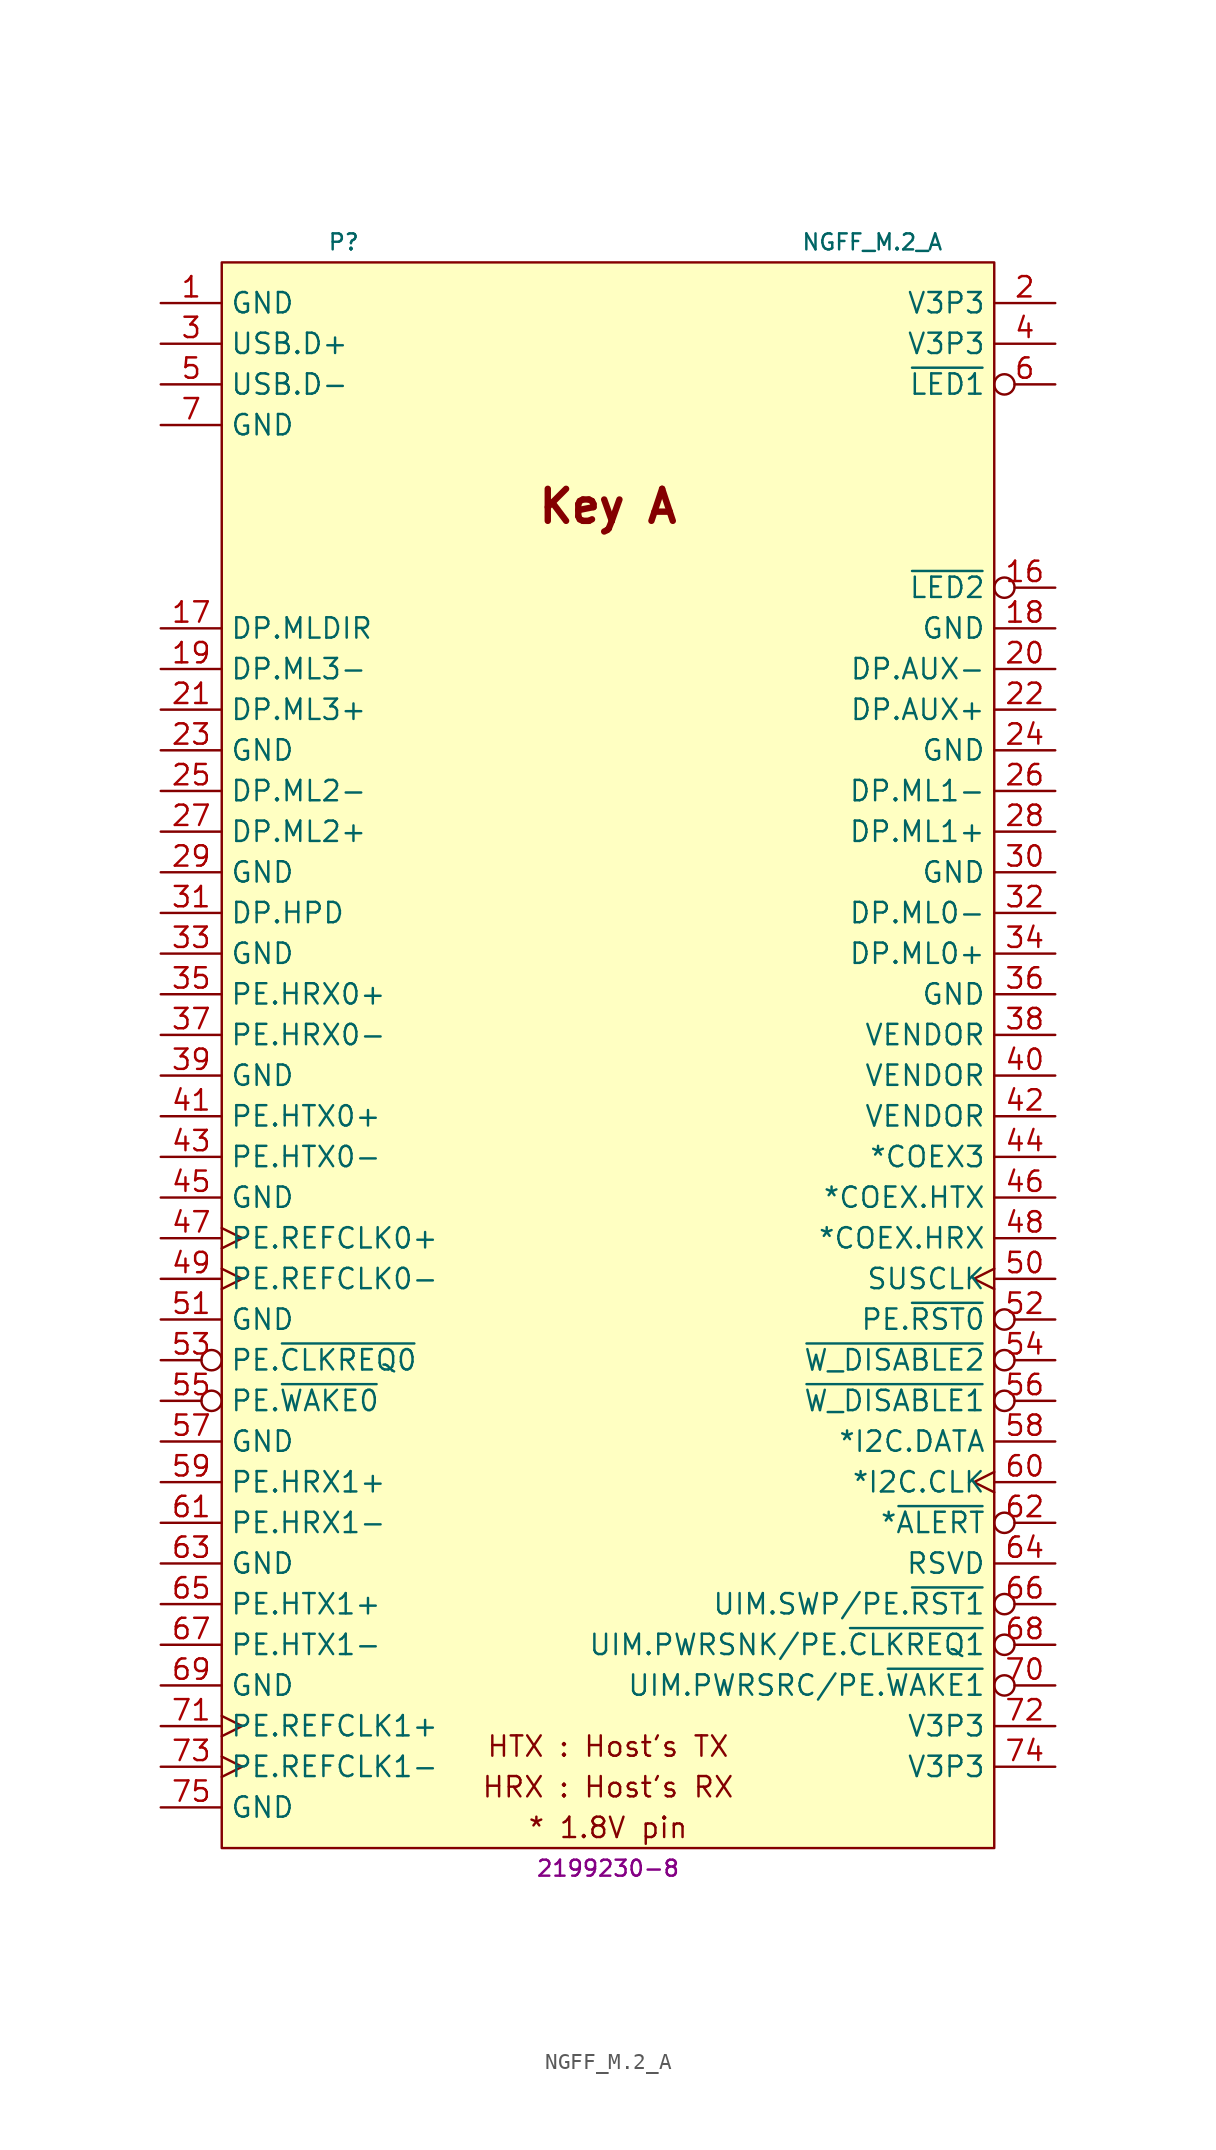
<source format=kicad_sym>
(kicad_symbol_lib
  (version 20231120)
  (generator "kicad_symbol_editor")
  (generator_version "8.0")
  (symbol "NGFF_M.2_A"
    (property "Reference" "P"
      (at -16.51 52.07 0)
      (effects (font (size 1 1))))
    (property "Value" "NGFF_M.2_A"
      (at 16.51 52.07 0)
      (effects (font (size 1 1))))
    (property "MPN" "2199230-8"
      (at 0 -49.53 0)
      (effects (font (size 1 1))))
    (symbol "NGFF_M.2_A_0_0"
      (text "* 1.8V pin" (at 0 -46.99 0) (effects (font (size 1.27 1.27))))
      (text "HRX : Host's RX" (at 0 -44.45 0) (effects (font (size 1.27 1.27))))
      (text "HTX : Host's TX" (at 0 -41.91 0) (effects (font (size 1.27 1.27))))
      (text "Key A" (at 0 35.56 0) (effects (font (size 2 2) (bold yes)))))
    (symbol "NGFF_M.2_A_1_1"
      (rectangle (start -24.13 50.8) (end 24.13 -48.26) (stroke (width 0.152) (type default)) (fill (type background)))
      (pin power_in line (at -27.94 48.26 0) (length 3.81) (name "GND" (effects (font (size 1.27 1.27)))) (number "1" (effects (font (size 1.27 1.27)))))
      (pin bidirectional inverted (at 27.94 30.48 180) (length 3.81) (name "~{LED2}" (effects (font (size 1.27 1.27)))) (number "16" (effects (font (size 1.27 1.27)))))
      (pin bidirectional line (at -27.94 27.94 0) (length 3.81) (name "DP.MLDIR" (effects (font (size 1.27 1.27)))) (number "17" (effects (font (size 1.27 1.27)))))
      (pin power_in line (at 27.94 27.94 180) (length 3.81) (name "GND" (effects (font (size 1.27 1.27)))) (number "18" (effects (font (size 1.27 1.27)))))
      (pin bidirectional line (at -27.94 25.4 0) (length 3.81) (name "DP.ML3-" (effects (font (size 1.27 1.27)))) (number "19" (effects (font (size 1.27 1.27)))))
      (pin power_in line (at 27.94 48.26 180) (length 3.81) (name "V3P3" (effects (font (size 1.27 1.27)))) (number "2" (effects (font (size 1.27 1.27)))))
      (pin bidirectional line (at 27.94 25.4 180) (length 3.81) (name "DP.AUX-" (effects (font (size 1.27 1.27)))) (number "20" (effects (font (size 1.27 1.27)))))
      (pin bidirectional line (at -27.94 22.86 0) (length 3.81) (name "DP.ML3+" (effects (font (size 1.27 1.27)))) (number "21" (effects (font (size 1.27 1.27)))))
      (pin bidirectional line (at 27.94 22.86 180) (length 3.81) (name "DP.AUX+" (effects (font (size 1.27 1.27)))) (number "22" (effects (font (size 1.27 1.27)))))
      (pin power_in line (at -27.94 20.32 0) (length 3.81) (name "GND" (effects (font (size 1.27 1.27)))) (number "23" (effects (font (size 1.27 1.27)))))
      (pin power_in line (at 27.94 20.32 180) (length 3.81) (name "GND" (effects (font (size 1.27 1.27)))) (number "24" (effects (font (size 1.27 1.27)))))
      (pin bidirectional line (at -27.94 17.78 0) (length 3.81) (name "DP.ML2-" (effects (font (size 1.27 1.27)))) (number "25" (effects (font (size 1.27 1.27)))))
      (pin bidirectional line (at 27.94 17.78 180) (length 3.81) (name "DP.ML1-" (effects (font (size 1.27 1.27)))) (number "26" (effects (font (size 1.27 1.27)))))
      (pin bidirectional line (at -27.94 15.24 0) (length 3.81) (name "DP.ML2+" (effects (font (size 1.27 1.27)))) (number "27" (effects (font (size 1.27 1.27)))))
      (pin bidirectional line (at 27.94 15.24 180) (length 3.81) (name "DP.ML1+" (effects (font (size 1.27 1.27)))) (number "28" (effects (font (size 1.27 1.27)))))
      (pin power_in line (at -27.94 12.7 0) (length 3.81) (name "GND" (effects (font (size 1.27 1.27)))) (number "29" (effects (font (size 1.27 1.27)))))
      (pin bidirectional line (at -27.94 45.72 0) (length 3.81) (name "USB.D+" (effects (font (size 1.27 1.27)))) (number "3" (effects (font (size 1.27 1.27)))))
      (pin power_in line (at 27.94 12.7 180) (length 3.81) (name "GND" (effects (font (size 1.27 1.27)))) (number "30" (effects (font (size 1.27 1.27)))))
      (pin bidirectional line (at -27.94 10.16 0) (length 3.81) (name "DP.HPD" (effects (font (size 1.27 1.27)))) (number "31" (effects (font (size 1.27 1.27)))))
      (pin bidirectional line (at 27.94 10.16 180) (length 3.81) (name "DP.ML0-" (effects (font (size 1.27 1.27)))) (number "32" (effects (font (size 1.27 1.27)))))
      (pin power_in line (at -27.94 7.62 0) (length 3.81) (name "GND" (effects (font (size 1.27 1.27)))) (number "33" (effects (font (size 1.27 1.27)))))
      (pin bidirectional line (at 27.94 7.62 180) (length 3.81) (name "DP.ML0+" (effects (font (size 1.27 1.27)))) (number "34" (effects (font (size 1.27 1.27)))))
      (pin bidirectional line (at -27.94 5.08 0) (length 3.81) (name "PE.HRX0+" (effects (font (size 1.27 1.27)))) (number "35" (effects (font (size 1.27 1.27)))))
      (pin power_in line (at 27.94 5.08 180) (length 3.81) (name "GND" (effects (font (size 1.27 1.27)))) (number "36" (effects (font (size 1.27 1.27)))))
      (pin bidirectional line (at -27.94 2.54 0) (length 3.81) (name "PE.HRX0-" (effects (font (size 1.27 1.27)))) (number "37" (effects (font (size 1.27 1.27)))))
      (pin passive line (at 27.94 2.54 180) (length 3.81) (name "VENDOR" (effects (font (size 1.27 1.27)))) (number "38" (effects (font (size 1.27 1.27)))))
      (pin power_in line (at -27.94 0 0) (length 3.81) (name "GND" (effects (font (size 1.27 1.27)))) (number "39" (effects (font (size 1.27 1.27)))))
      (pin power_in line (at 27.94 45.72 180) (length 3.81) (name "V3P3" (effects (font (size 1.27 1.27)))) (number "4" (effects (font (size 1.27 1.27)))))
      (pin passive line (at 27.94 0 180) (length 3.81) (name "VENDOR" (effects (font (size 1.27 1.27)))) (number "40" (effects (font (size 1.27 1.27)))))
      (pin bidirectional line (at -27.94 -2.54 0) (length 3.81) (name "PE.HTX0+" (effects (font (size 1.27 1.27)))) (number "41" (effects (font (size 1.27 1.27)))))
      (pin passive line (at 27.94 -2.54 180) (length 3.81) (name "VENDOR" (effects (font (size 1.27 1.27)))) (number "42" (effects (font (size 1.27 1.27)))))
      (pin bidirectional line (at -27.94 -5.08 0) (length 3.81) (name "PE.HTX0-" (effects (font (size 1.27 1.27)))) (number "43" (effects (font (size 1.27 1.27)))))
      (pin bidirectional line (at 27.94 -5.08 180) (length 3.81) (name "*COEX3" (effects (font (size 1.27 1.27)))) (number "44" (effects (font (size 1.27 1.27)))))
      (pin power_in line (at -27.94 -7.62 0) (length 3.81) (name "GND" (effects (font (size 1.27 1.27)))) (number "45" (effects (font (size 1.27 1.27)))))
      (pin bidirectional line (at 27.94 -7.62 180) (length 3.81) (name "*COEX.HTX" (effects (font (size 1.27 1.27)))) (number "46" (effects (font (size 1.27 1.27)))))
      (pin bidirectional clock (at -27.94 -10.16 0) (length 3.81) (name "PE.REFCLK0+" (effects (font (size 1.27 1.27)))) (number "47" (effects (font (size 1.27 1.27)))))
      (pin bidirectional line (at 27.94 -10.16 180) (length 3.81) (name "*COEX.HRX" (effects (font (size 1.27 1.27)))) (number "48" (effects (font (size 1.27 1.27)))))
      (pin bidirectional clock (at -27.94 -12.7 0) (length 3.81) (name "PE.REFCLK0-" (effects (font (size 1.27 1.27)))) (number "49" (effects (font (size 1.27 1.27)))))
      (pin bidirectional line (at -27.94 43.18 0) (length 3.81) (name "USB.D-" (effects (font (size 1.27 1.27)))) (number "5" (effects (font (size 1.27 1.27)))))
      (pin bidirectional clock (at 27.94 -12.7 180) (length 3.81) (name "SUSCLK" (effects (font (size 1.27 1.27)))) (number "50" (effects (font (size 1.27 1.27)))))
      (pin power_in line (at -27.94 -15.24 0) (length 3.81) (name "GND" (effects (font (size 1.27 1.27)))) (number "51" (effects (font (size 1.27 1.27)))))
      (pin bidirectional inverted (at 27.94 -15.24 180) (length 3.81) (name "PE.~{RST0}" (effects (font (size 1.27 1.27)))) (number "52" (effects (font (size 1.27 1.27)))))
      (pin bidirectional inverted (at -27.94 -17.78 0) (length 3.81) (name "PE.~{CLKREQ0}" (effects (font (size 1.27 1.27)))) (number "53" (effects (font (size 1.27 1.27)))))
      (pin bidirectional inverted (at 27.94 -17.78 180) (length 3.81) (name "~{W_DISABLE2}" (effects (font (size 1.27 1.27)))) (number "54" (effects (font (size 1.27 1.27)))))
      (pin bidirectional inverted (at -27.94 -20.32 0) (length 3.81) (name "PE.~{WAKE0}" (effects (font (size 1.27 1.27)))) (number "55" (effects (font (size 1.27 1.27)))))
      (pin bidirectional inverted (at 27.94 -20.32 180) (length 3.81) (name "~{W_DISABLE1}" (effects (font (size 1.27 1.27)))) (number "56" (effects (font (size 1.27 1.27)))))
      (pin power_in line (at -27.94 -22.86 0) (length 3.81) (name "GND" (effects (font (size 1.27 1.27)))) (number "57" (effects (font (size 1.27 1.27)))))
      (pin bidirectional line (at 27.94 -22.86 180) (length 3.81) (name "*I2C.DATA" (effects (font (size 1.27 1.27)))) (number "58" (effects (font (size 1.27 1.27)))))
      (pin bidirectional line (at -27.94 -25.4 0) (length 3.81) (name "PE.HRX1+" (effects (font (size 1.27 1.27)))) (number "59" (effects (font (size 1.27 1.27)))))
      (pin bidirectional inverted (at 27.94 43.18 180) (length 3.81) (name "~{LED1}" (effects (font (size 1.27 1.27)))) (number "6" (effects (font (size 1.27 1.27)))))
      (pin bidirectional clock (at 27.94 -25.4 180) (length 3.81) (name "*I2C.CLK" (effects (font (size 1.27 1.27)))) (number "60" (effects (font (size 1.27 1.27)))))
      (pin bidirectional line (at -27.94 -27.94 0) (length 3.81) (name "PE.HRX1-" (effects (font (size 1.27 1.27)))) (number "61" (effects (font (size 1.27 1.27)))))
      (pin bidirectional inverted (at 27.94 -27.94 180) (length 3.81) (name "*~{ALERT}" (effects (font (size 1.27 1.27)))) (number "62" (effects (font (size 1.27 1.27)))))
      (pin power_in line (at -27.94 -30.48 0) (length 3.81) (name "GND" (effects (font (size 1.27 1.27)))) (number "63" (effects (font (size 1.27 1.27)))))
      (pin passive line (at 27.94 -30.48 180) (length 3.81) (name "RSVD" (effects (font (size 1.27 1.27)))) (number "64" (effects (font (size 1.27 1.27)))))
      (pin bidirectional line (at -27.94 -33.02 0) (length 3.81) (name "PE.HTX1+" (effects (font (size 1.27 1.27)))) (number "65" (effects (font (size 1.27 1.27)))))
      (pin bidirectional inverted (at 27.94 -33.02 180) (length 3.81) (name "UIM.SWP/PE.~{RST1}" (effects (font (size 1.27 1.27)))) (number "66" (effects (font (size 1.27 1.27)))))
      (pin bidirectional line (at -27.94 -35.56 0) (length 3.81) (name "PE.HTX1-" (effects (font (size 1.27 1.27)))) (number "67" (effects (font (size 1.27 1.27)))))
      (pin bidirectional inverted (at 27.94 -35.56 180) (length 3.81) (name "UIM.PWRSNK/PE.~{CLKREQ1}" (effects (font (size 1.27 1.27)))) (number "68" (effects (font (size 1.27 1.27)))))
      (pin power_in line (at -27.94 -38.1 0) (length 3.81) (name "GND" (effects (font (size 1.27 1.27)))) (number "69" (effects (font (size 1.27 1.27)))))
      (pin power_in line (at -27.94 40.64 0) (length 3.81) (name "GND" (effects (font (size 1.27 1.27)))) (number "7" (effects (font (size 1.27 1.27)))))
      (pin bidirectional inverted (at 27.94 -38.1 180) (length 3.81) (name "UIM.PWRSRC/PE.~{WAKE1}" (effects (font (size 1.27 1.27)))) (number "70" (effects (font (size 1.27 1.27)))))
      (pin bidirectional clock (at -27.94 -40.64 0) (length 3.81) (name "PE.REFCLK1+" (effects (font (size 1.27 1.27)))) (number "71" (effects (font (size 1.27 1.27)))))
      (pin power_in line (at 27.94 -40.64 180) (length 3.81) (name "V3P3" (effects (font (size 1.27 1.27)))) (number "72" (effects (font (size 1.27 1.27)))))
      (pin bidirectional clock (at -27.94 -43.18 0) (length 3.81) (name "PE.REFCLK1-" (effects (font (size 1.27 1.27)))) (number "73" (effects (font (size 1.27 1.27)))))
      (pin power_in line (at 27.94 -43.18 180) (length 3.81) (name "V3P3" (effects (font (size 1.27 1.27)))) (number "74" (effects (font (size 1.27 1.27)))))
      (pin power_in line (at -27.94 -45.72 0) (length 3.81) (name "GND" (effects (font (size 1.27 1.27)))) (number "75" (effects (font (size 1.27 1.27))))))))
</source>
